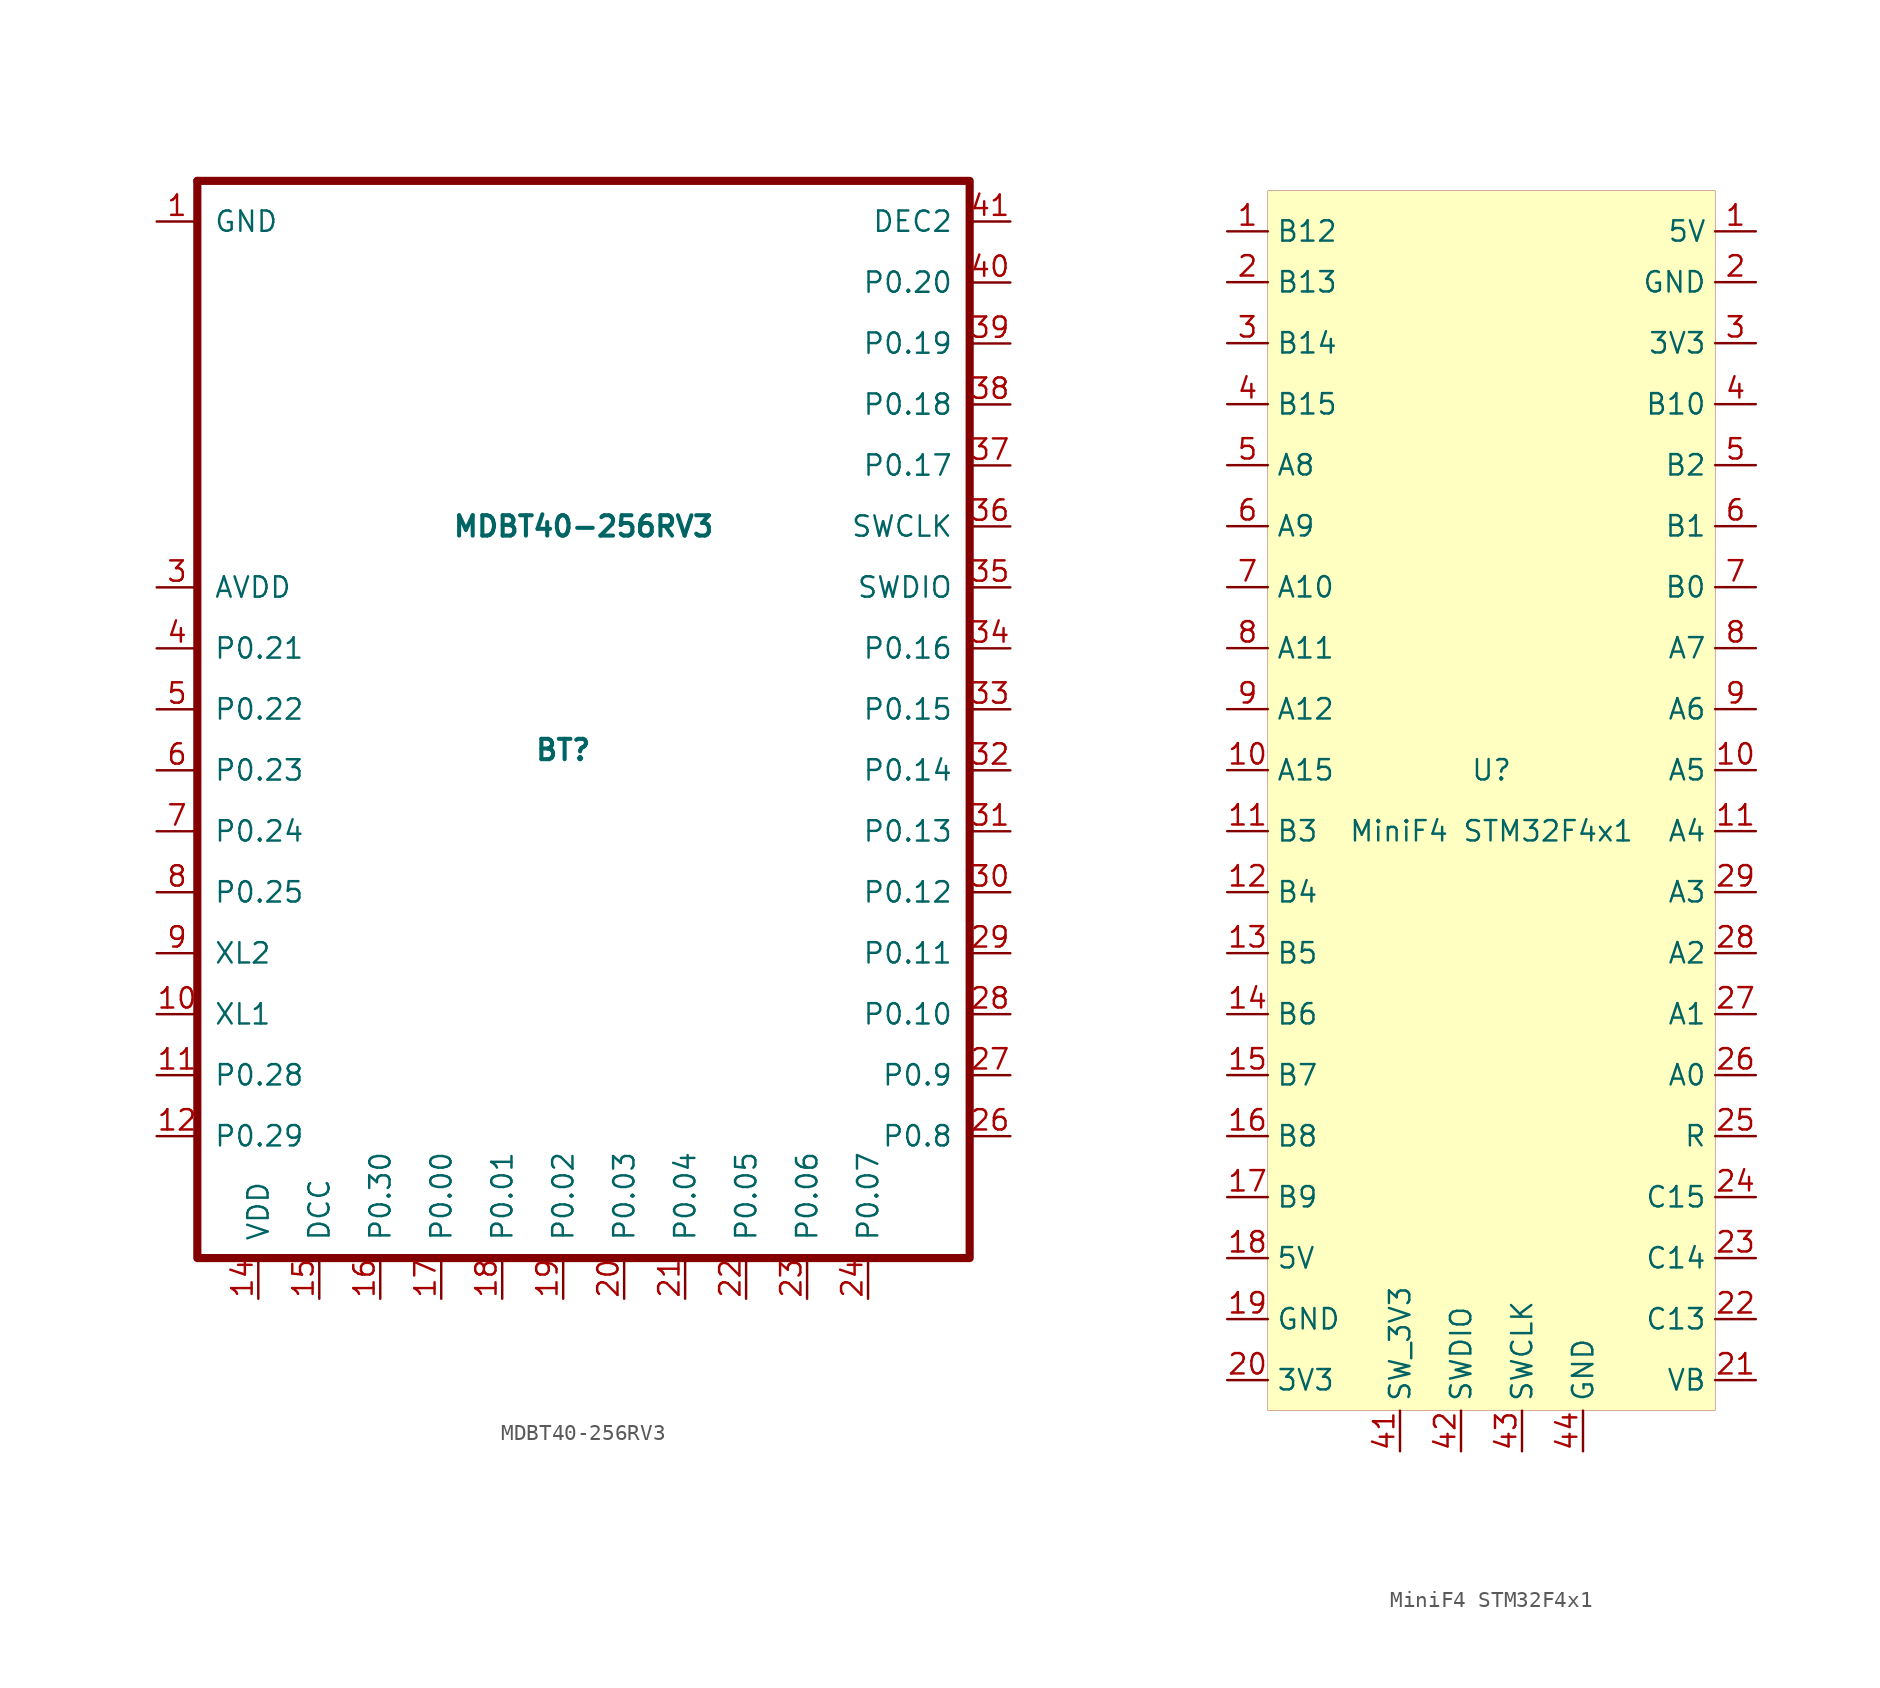
<source format=kicad_sym>
(kicad_symbol_lib
  (version 20201005)
  (generator kicad_symbol_editor)
  (symbol "acheronSymbols:MDBT40-256RV3"
    (pin_names
      (offset 1.016))
    (property "Reference" "BT"
      (at -1.27 -1.27 0)
      (effects (font (size 1.27 1.27) bold)))
    (property "Value" "MDBT40-256RV3"
      (at 0 12.7 0)
      (effects (font (size 1.27 1.27) bold)))
    (symbol "MDBT40-256RV3_0_1"
      (polyline (pts (xy -24.13 34.29) (xy -24.13 34.29)) (stroke (width 0)) (fill (type none)))
      (polyline (pts (xy -20.32 -33.02) (xy -24.13 -33.02) (xy -24.13 34.29)) (stroke (width 0.508)) (fill (type none)))
      (polyline (pts (xy -20.32 -33.02) (xy 24.13 -33.02) (xy 24.13 34.29) (xy -24.13 34.29)) (stroke (width 0.508)) (fill (type none))))
    (symbol "MDBT40-256RV3_1_1"
      (pin input line (at -26.67 31.75 0) (length 2.54) (name "GND" (effects (font (size 1.27 1.27)))) (number "1" (effects (font (size 1.27 1.27)))))
      (pin input line (at -26.67 -17.78 0) (length 2.54) (name "XL1" (effects (font (size 1.27 1.27)))) (number "10" (effects (font (size 1.27 1.27)))))
      (pin input line (at -26.67 -21.59 0) (length 2.54) (name "P0.28" (effects (font (size 1.27 1.27)))) (number "11" (effects (font (size 1.27 1.27)))))
      (pin input line (at -26.67 -25.4 0) (length 2.54) (name "P0.29" (effects (font (size 1.27 1.27)))) (number "12" (effects (font (size 1.27 1.27)))))
      (pin input line (at -20.32 -35.56 90) (length 2.54) (name "VDD" (effects (font (size 1.27 1.27)))) (number "14" (effects (font (size 1.27 1.27)))))
      (pin input line (at -16.51 -35.56 90) (length 2.54) (name "DCC" (effects (font (size 1.27 1.27)))) (number "15" (effects (font (size 1.27 1.27)))))
      (pin input line (at -12.7 -35.56 90) (length 2.54) (name "P0.30" (effects (font (size 1.27 1.27)))) (number "16" (effects (font (size 1.27 1.27)))))
      (pin input line (at -8.89 -35.56 90) (length 2.54) (name "P0.00" (effects (font (size 1.27 1.27)))) (number "17" (effects (font (size 1.27 1.27)))))
      (pin input line (at -5.08 -35.56 90) (length 2.54) (name "P0.01" (effects (font (size 1.27 1.27)))) (number "18" (effects (font (size 1.27 1.27)))))
      (pin input line (at -1.27 -35.56 90) (length 2.54) (name "P0.02" (effects (font (size 1.27 1.27)))) (number "19" (effects (font (size 1.27 1.27)))))
      (pin input line (at 2.54 -35.56 90) (length 2.54) (name "P0.03" (effects (font (size 1.27 1.27)))) (number "20" (effects (font (size 1.27 1.27)))))
      (pin input line (at 6.35 -35.56 90) (length 2.54) (name "P0.04" (effects (font (size 1.27 1.27)))) (number "21" (effects (font (size 1.27 1.27)))))
      (pin input line (at 10.16 -35.56 90) (length 2.54) (name "P0.05" (effects (font (size 1.27 1.27)))) (number "22" (effects (font (size 1.27 1.27)))))
      (pin input line (at 13.97 -35.56 90) (length 2.54) (name "P0.06" (effects (font (size 1.27 1.27)))) (number "23" (effects (font (size 1.27 1.27)))))
      (pin input line (at 17.78 -35.56 90) (length 2.54) (name "P0.07" (effects (font (size 1.27 1.27)))) (number "24" (effects (font (size 1.27 1.27)))))
      (pin input line (at 26.67 -25.4 180) (length 2.54) (name "P0.8" (effects (font (size 1.27 1.27)))) (number "26" (effects (font (size 1.27 1.27)))))
      (pin input line (at 26.67 -21.59 180) (length 2.54) (name "P0.9" (effects (font (size 1.27 1.27)))) (number "27" (effects (font (size 1.27 1.27)))))
      (pin input line (at 26.67 -17.78 180) (length 2.54) (name "P0.10" (effects (font (size 1.27 1.27)))) (number "28" (effects (font (size 1.27 1.27)))))
      (pin input line (at 26.67 -13.97 180) (length 2.54) (name "P0.11" (effects (font (size 1.27 1.27)))) (number "29" (effects (font (size 1.27 1.27)))))
      (pin input line (at -26.67 8.89 0) (length 2.54) (name "AVDD" (effects (font (size 1.27 1.27)))) (number "3" (effects (font (size 1.27 1.27)))))
      (pin input line (at 26.67 -10.16 180) (length 2.54) (name "P0.12" (effects (font (size 1.27 1.27)))) (number "30" (effects (font (size 1.27 1.27)))))
      (pin input line (at 26.67 -6.35 180) (length 2.54) (name "P0.13" (effects (font (size 1.27 1.27)))) (number "31" (effects (font (size 1.27 1.27)))))
      (pin input line (at 26.67 -2.54 180) (length 2.54) (name "P0.14" (effects (font (size 1.27 1.27)))) (number "32" (effects (font (size 1.27 1.27)))))
      (pin input line (at 26.67 1.27 180) (length 2.54) (name "P0.15" (effects (font (size 1.27 1.27)))) (number "33" (effects (font (size 1.27 1.27)))))
      (pin input line (at 26.67 5.08 180) (length 2.54) (name "P0.16" (effects (font (size 1.27 1.27)))) (number "34" (effects (font (size 1.27 1.27)))))
      (pin input line (at 26.67 8.89 180) (length 2.54) (name "SWDIO" (effects (font (size 1.27 1.27)))) (number "35" (effects (font (size 1.27 1.27)))))
      (pin input line (at 26.67 12.7 180) (length 2.54) (name "SWCLK" (effects (font (size 1.27 1.27)))) (number "36" (effects (font (size 1.27 1.27)))))
      (pin input line (at 26.67 16.51 180) (length 2.54) (name "P0.17" (effects (font (size 1.27 1.27)))) (number "37" (effects (font (size 1.27 1.27)))))
      (pin input line (at 26.67 20.32 180) (length 2.54) (name "P0.18" (effects (font (size 1.27 1.27)))) (number "38" (effects (font (size 1.27 1.27)))))
      (pin input line (at 26.67 24.13 180) (length 2.54) (name "P0.19" (effects (font (size 1.27 1.27)))) (number "39" (effects (font (size 1.27 1.27)))))
      (pin input line (at -26.67 5.08 0) (length 2.54) (name "P0.21" (effects (font (size 1.27 1.27)))) (number "4" (effects (font (size 1.27 1.27)))))
      (pin input line (at 26.67 27.94 180) (length 2.54) (name "P0.20" (effects (font (size 1.27 1.27)))) (number "40" (effects (font (size 1.27 1.27)))))
      (pin input line (at 26.67 31.75 180) (length 2.54) (name "DEC2" (effects (font (size 1.27 1.27)))) (number "41" (effects (font (size 1.27 1.27)))))
      (pin input line (at -26.67 1.27 0) (length 2.54) (name "P0.22" (effects (font (size 1.27 1.27)))) (number "5" (effects (font (size 1.27 1.27)))))
      (pin input line (at -26.67 -2.54 0) (length 2.54) (name "P0.23" (effects (font (size 1.27 1.27)))) (number "6" (effects (font (size 1.27 1.27)))))
      (pin input line (at -26.67 -6.35 0) (length 2.54) (name "P0.24" (effects (font (size 1.27 1.27)))) (number "7" (effects (font (size 1.27 1.27)))))
      (pin input line (at -26.67 -10.16 0) (length 2.54) (name "P0.25" (effects (font (size 1.27 1.27)))) (number "8" (effects (font (size 1.27 1.27)))))
      (pin input line (at -26.67 -13.97 0) (length 2.54) (name "XL2" (effects (font (size 1.27 1.27)))) (number "9" (effects (font (size 1.27 1.27)))))))
  (symbol "acheronSymbols:MiniF4 STM32F4x1"
    (property "Reference" "U"
      (at 0 1.905 0)
      (effects (font (size 1.27 1.27))))
    (property "Value" "MiniF4 STM32F4x1"
      (at 0 -1.905 0)
      (effects (font (size 1.27 1.27))))
    (symbol "MiniF4 STM32F4x1_0_1"
      (rectangle (start -13.97 38.1) (end 13.97 -38.1) (stroke (width 0.001)) (fill (type background))))
    (symbol "MiniF4 STM32F4x1_1_1"
      (pin power_out line (at 16.51 35.56 180) (length 2.54) (name "5V" (effects (font (size 1.27 1.27)))) (number "1" (effects (font (size 1.27 1.27)))))
      (pin unspecified line (at -16.51 35.56 0) (length 2.54) (name "B12" (effects (font (size 1.27 1.27)))) (number "1" (effects (font (size 1.27 1.27)))))
      (pin unspecified line (at -16.51 1.905 0) (length 2.54) (name "A15" (effects (font (size 1.27 1.27)))) (number "10" (effects (font (size 1.27 1.27)))))
      (pin unspecified line (at 16.51 1.905 180) (length 2.54) (name "A5" (effects (font (size 1.27 1.27)))) (number "10" (effects (font (size 1.27 1.27)))))
      (pin unspecified line (at 16.51 -1.905 180) (length 2.54) (name "A4" (effects (font (size 1.27 1.27)))) (number "11" (effects (font (size 1.27 1.27)))))
      (pin unspecified line (at -16.51 -1.905 0) (length 2.54) (name "B3" (effects (font (size 1.27 1.27)))) (number "11" (effects (font (size 1.27 1.27)))))
      (pin unspecified line (at -16.51 -5.715 0) (length 2.54) (name "B4" (effects (font (size 1.27 1.27)))) (number "12" (effects (font (size 1.27 1.27)))))
      (pin unspecified line (at -16.51 -9.525 0) (length 2.54) (name "B5" (effects (font (size 1.27 1.27)))) (number "13" (effects (font (size 1.27 1.27)))))
      (pin unspecified line (at -16.51 -13.335 0) (length 2.54) (name "B6" (effects (font (size 1.27 1.27)))) (number "14" (effects (font (size 1.27 1.27)))))
      (pin unspecified line (at -16.51 -17.145 0) (length 2.54) (name "B7" (effects (font (size 1.27 1.27)))) (number "15" (effects (font (size 1.27 1.27)))))
      (pin unspecified line (at -16.51 -20.955 0) (length 2.54) (name "B8" (effects (font (size 1.27 1.27)))) (number "16" (effects (font (size 1.27 1.27)))))
      (pin unspecified line (at -16.51 -24.765 0) (length 2.54) (name "B9" (effects (font (size 1.27 1.27)))) (number "17" (effects (font (size 1.27 1.27)))))
      (pin power_out line (at -16.51 -28.575 0) (length 2.54) (name "5V" (effects (font (size 1.27 1.27)))) (number "18" (effects (font (size 1.27 1.27)))))
      (pin power_in line (at -16.51 -32.385 0) (length 2.54) (name "GND" (effects (font (size 1.27 1.27)))) (number "19" (effects (font (size 1.27 1.27)))))
      (pin unspecified line (at -16.51 32.385 0) (length 2.54) (name "B13" (effects (font (size 1.27 1.27)))) (number "2" (effects (font (size 1.27 1.27)))))
      (pin power_in line (at 16.51 32.385 180) (length 2.54) (name "GND" (effects (font (size 1.27 1.27)))) (number "2" (effects (font (size 1.27 1.27)))))
      (pin power_out line (at -16.51 -36.195 0) (length 2.54) (name "3V3" (effects (font (size 1.27 1.27)))) (number "20" (effects (font (size 1.27 1.27)))))
      (pin unspecified line (at 16.51 -36.195 180) (length 2.54) (name "VB" (effects (font (size 1.27 1.27)))) (number "21" (effects (font (size 1.27 1.27)))))
      (pin unspecified line (at 16.51 -32.385 180) (length 2.54) (name "C13" (effects (font (size 1.27 1.27)))) (number "22" (effects (font (size 1.27 1.27)))))
      (pin unspecified line (at 16.51 -28.575 180) (length 2.54) (name "C14" (effects (font (size 1.27 1.27)))) (number "23" (effects (font (size 1.27 1.27)))))
      (pin unspecified line (at 16.51 -24.765 180) (length 2.54) (name "C15" (effects (font (size 1.27 1.27)))) (number "24" (effects (font (size 1.27 1.27)))))
      (pin unspecified line (at 16.51 -20.955 180) (length 2.54) (name "R" (effects (font (size 1.27 1.27)))) (number "25" (effects (font (size 1.27 1.27)))))
      (pin unspecified line (at 16.51 -17.145 180) (length 2.54) (name "A0" (effects (font (size 1.27 1.27)))) (number "26" (effects (font (size 1.27 1.27)))))
      (pin unspecified line (at 16.51 -13.335 180) (length 2.54) (name "A1" (effects (font (size 1.27 1.27)))) (number "27" (effects (font (size 1.27 1.27)))))
      (pin unspecified line (at 16.51 -9.525 180) (length 2.54) (name "A2" (effects (font (size 1.27 1.27)))) (number "28" (effects (font (size 1.27 1.27)))))
      (pin unspecified line (at 16.51 -5.715 180) (length 2.54) (name "A3" (effects (font (size 1.27 1.27)))) (number "29" (effects (font (size 1.27 1.27)))))
      (pin power_out line (at 16.51 28.575 180) (length 2.54) (name "3V3" (effects (font (size 1.27 1.27)))) (number "3" (effects (font (size 1.27 1.27)))))
      (pin unspecified line (at -16.51 28.575 0) (length 2.54) (name "B14" (effects (font (size 1.27 1.27)))) (number "3" (effects (font (size 1.27 1.27)))))
      (pin unspecified line (at 16.51 24.765 180) (length 2.54) (name "B10" (effects (font (size 1.27 1.27)))) (number "4" (effects (font (size 1.27 1.27)))))
      (pin unspecified line (at -16.51 24.765 0) (length 2.54) (name "B15" (effects (font (size 1.27 1.27)))) (number "4" (effects (font (size 1.27 1.27)))))
      (pin power_in line (at -5.715 -40.64 90) (length 2.54) (name "SW_3V3" (effects (font (size 1.27 1.27)))) (number "41" (effects (font (size 1.27 1.27)))))
      (pin bidirectional line (at -1.905 -40.64 90) (length 2.54) (name "SWDIO" (effects (font (size 1.27 1.27)))) (number "42" (effects (font (size 1.27 1.27)))))
      (pin input line (at 1.905 -40.64 90) (length 2.54) (name "SWCLK" (effects (font (size 1.27 1.27)))) (number "43" (effects (font (size 1.27 1.27)))))
      (pin power_out line (at 5.715 -40.64 90) (length 2.54) (name "GND" (effects (font (size 1.27 1.27)))) (number "44" (effects (font (size 1.27 1.27)))))
      (pin unspecified line (at -16.51 20.955 0) (length 2.54) (name "A8" (effects (font (size 1.27 1.27)))) (number "5" (effects (font (size 1.27 1.27)))))
      (pin unspecified line (at 16.51 20.955 180) (length 2.54) (name "B2" (effects (font (size 1.27 1.27)))) (number "5" (effects (font (size 1.27 1.27)))))
      (pin unspecified line (at -16.51 17.145 0) (length 2.54) (name "A9" (effects (font (size 1.27 1.27)))) (number "6" (effects (font (size 1.27 1.27)))))
      (pin unspecified line (at 16.51 17.145 180) (length 2.54) (name "B1" (effects (font (size 1.27 1.27)))) (number "6" (effects (font (size 1.27 1.27)))))
      (pin unspecified line (at -16.51 13.335 0) (length 2.54) (name "A10" (effects (font (size 1.27 1.27)))) (number "7" (effects (font (size 1.27 1.27)))))
      (pin unspecified line (at 16.51 13.335 180) (length 2.54) (name "B0" (effects (font (size 1.27 1.27)))) (number "7" (effects (font (size 1.27 1.27)))))
      (pin unspecified line (at -16.51 9.525 0) (length 2.54) (name "A11" (effects (font (size 1.27 1.27)))) (number "8" (effects (font (size 1.27 1.27)))))
      (pin unspecified line (at 16.51 9.525 180) (length 2.54) (name "A7" (effects (font (size 1.27 1.27)))) (number "8" (effects (font (size 1.27 1.27)))))
      (pin unspecified line (at -16.51 5.715 0) (length 2.54) (name "A12" (effects (font (size 1.27 1.27)))) (number "9" (effects (font (size 1.27 1.27)))))
      (pin unspecified line (at 16.51 5.715 180) (length 2.54) (name "A6" (effects (font (size 1.27 1.27)))) (number "9" (effects (font (size 1.27 1.27))))))))
</source>
